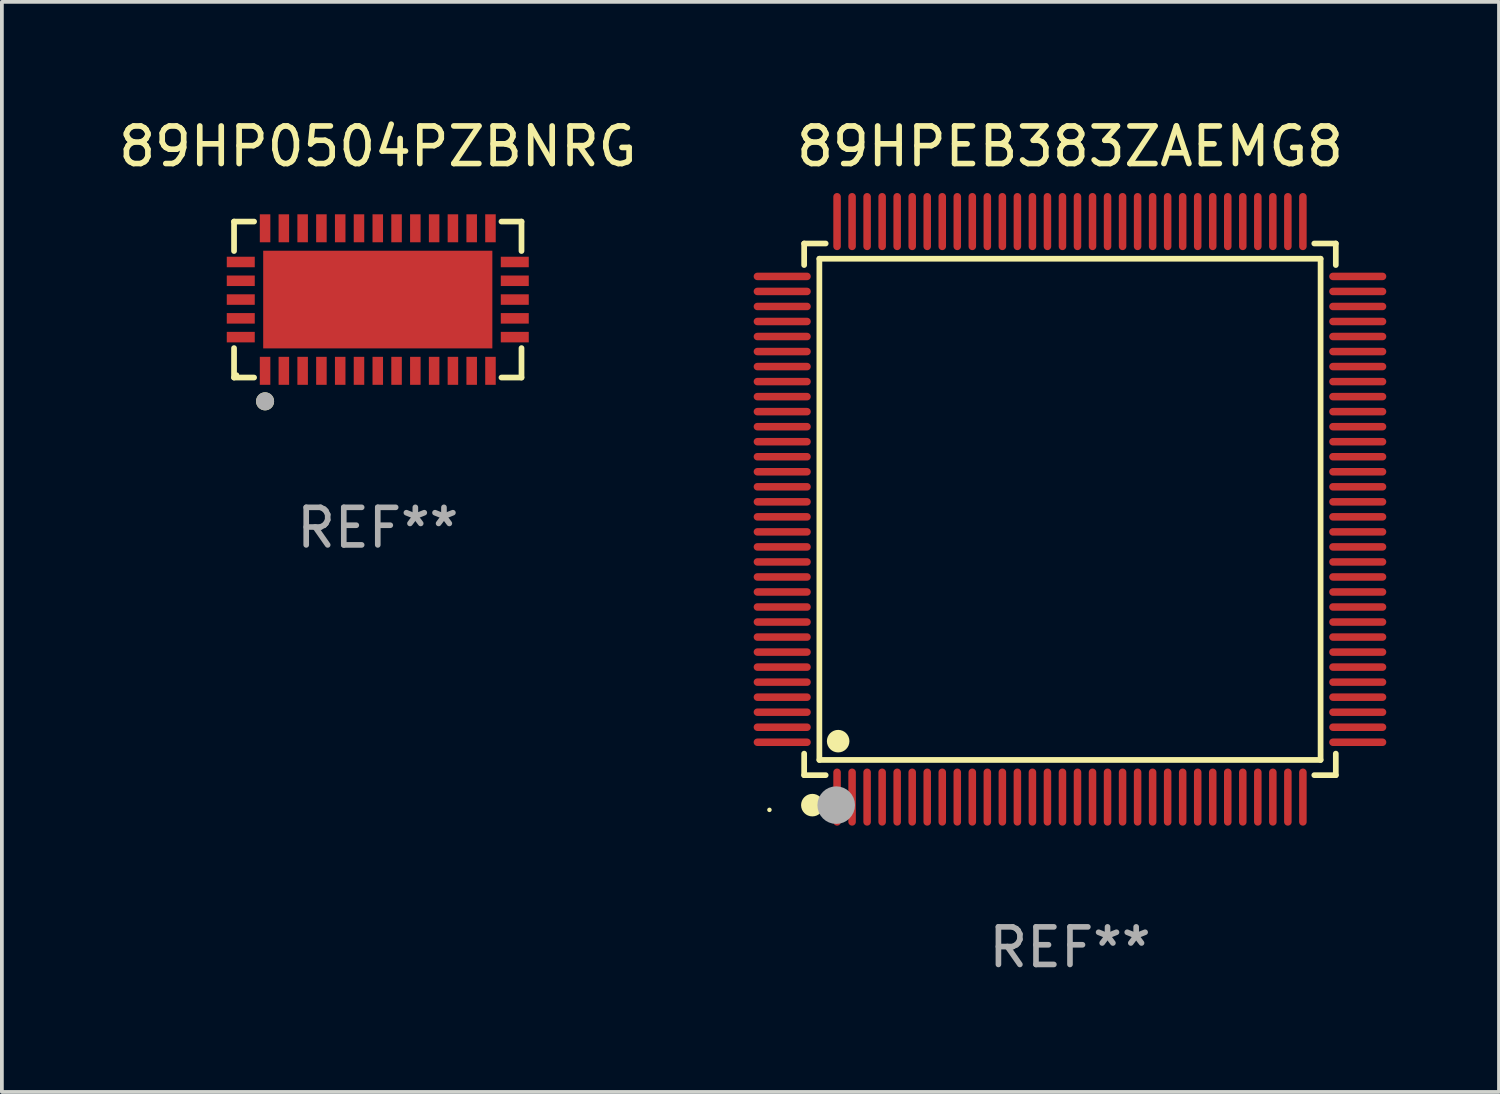
<source format=kicad_pcb>
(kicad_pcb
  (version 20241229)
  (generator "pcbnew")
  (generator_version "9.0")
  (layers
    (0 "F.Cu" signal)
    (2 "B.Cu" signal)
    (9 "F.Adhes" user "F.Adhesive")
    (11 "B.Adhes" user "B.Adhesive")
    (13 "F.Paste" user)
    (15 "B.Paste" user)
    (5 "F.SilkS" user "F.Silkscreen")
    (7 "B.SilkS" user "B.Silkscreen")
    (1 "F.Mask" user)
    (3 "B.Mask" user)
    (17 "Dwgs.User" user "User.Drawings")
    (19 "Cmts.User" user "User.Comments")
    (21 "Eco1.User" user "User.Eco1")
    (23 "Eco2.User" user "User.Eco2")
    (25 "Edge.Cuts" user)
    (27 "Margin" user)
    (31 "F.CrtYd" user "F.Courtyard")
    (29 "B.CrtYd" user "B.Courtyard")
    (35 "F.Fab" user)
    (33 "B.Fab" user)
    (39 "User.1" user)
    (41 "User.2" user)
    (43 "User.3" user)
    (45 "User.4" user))
  (footprint "89HPEB383ZAEMG8"
    (layer "F.Cu")
    (at 25.432 10.508)
    (property "Reference" "89HPEB383ZAEMG8" (at 0 -9.66 0) (layer "F.SilkS") (effects (font (size 1 1) (thickness 0.15))))
    (attr through_hole)
    (fp_line (start -7.076 -7.076) (end -6.503 -7.076) (stroke (width 0.152) (type solid)) (layer "F.SilkS"))
    (fp_line (start -7.076 -6.503) (end -7.076 -7.076) (stroke (width 0.152) (type solid)) (layer "F.SilkS"))
    (fp_line (start -7.076 6.503) (end -7.076 7.076) (stroke (width 0.152) (type solid)) (layer "F.SilkS"))
    (fp_line (start -7.076 7.076) (end -6.503 7.076) (stroke (width 0.152) (type solid)) (layer "F.SilkS"))
    (fp_line (start -6.671 -6.671) (end 6.671 -6.671) (stroke (width 0.152) (type solid)) (layer "F.SilkS"))
    (fp_line (start -6.671 6.671) (end -6.671 -6.671) (stroke (width 0.152) (type solid)) (layer "F.SilkS"))
    (fp_line (start 6.671 -6.671) (end 6.671 6.671) (stroke (width 0.152) (type solid)) (layer "F.SilkS"))
    (fp_line (start 6.671 6.671) (end -6.671 6.671) (stroke (width 0.152) (type solid)) (layer "F.SilkS"))
    (fp_line (start 7.076 -7.076) (end 6.503 -7.076) (stroke (width 0.152) (type solid)) (layer "F.SilkS"))
    (fp_line (start 7.076 -6.503) (end 7.076 -7.076) (stroke (width 0.152) (type solid)) (layer "F.SilkS"))
    (fp_line (start 7.076 6.503) (end 7.076 7.076) (stroke (width 0.152) (type solid)) (layer "F.SilkS"))
    (fp_line (start 7.076 7.076) (end 6.503 7.076) (stroke (width 0.152) (type solid)) (layer "F.SilkS"))
    (fp_circle (center -8 8) (end -7.97 8) (stroke (width 0.06) (type solid)) (fill no) (layer "F.SilkS"))
    (fp_circle (center -6.858 7.874) (end -6.708 7.874) (stroke (width 0.3) (type solid)) (fill no) (layer "F.SilkS"))
    (fp_circle (center -6.171 6.171) (end -6.021 6.171) (stroke (width 0.3) (type solid)) (fill no) (layer "F.SilkS"))
    (fp_circle (center -6.223 7.874) (end -5.973 7.874) (stroke (width 0.5) (type solid)) (fill no) (layer "F.Fab"))
    (fp_text user "REF**" (at 0 11.66 0) (layer "F.Fab") (effects (font (size 1 1) (thickness 0.15))))
    (pad "1" smd oval (at -6.2 7.66) (size 0.2 1.52) (layers "F.Cu" "F.Mask" "F.Paste"))
    (pad "2" smd oval (at -5.8 7.66) (size 0.2 1.52) (layers "F.Cu" "F.Mask" "F.Paste"))
    (pad "3" smd oval (at -5.4 7.66) (size 0.2 1.52) (layers "F.Cu" "F.Mask" "F.Paste"))
    (pad "4" smd oval (at -5 7.66) (size 0.2 1.52) (layers "F.Cu" "F.Mask" "F.Paste"))
    (pad "5" smd oval (at -4.6 7.66) (size 0.2 1.52) (layers "F.Cu" "F.Mask" "F.Paste"))
    (pad "6" smd oval (at -4.2 7.66) (size 0.2 1.52) (layers "F.Cu" "F.Mask" "F.Paste"))
    (pad "7" smd oval (at -3.8 7.66) (size 0.2 1.52) (layers "F.Cu" "F.Mask" "F.Paste"))
    (pad "8" smd oval (at -3.4 7.66) (size 0.2 1.52) (layers "F.Cu" "F.Mask" "F.Paste"))
    (pad "9" smd oval (at -3 7.66) (size 0.2 1.52) (layers "F.Cu" "F.Mask" "F.Paste"))
    (pad "10" smd oval (at -2.6 7.66) (size 0.2 1.52) (layers "F.Cu" "F.Mask" "F.Paste"))
    (pad "11" smd oval (at -2.2 7.66) (size 0.2 1.52) (layers "F.Cu" "F.Mask" "F.Paste"))
    (pad "12" smd oval (at -1.8 7.66) (size 0.2 1.52) (layers "F.Cu" "F.Mask" "F.Paste"))
    (pad "13" smd oval (at -1.4 7.66) (size 0.2 1.52) (layers "F.Cu" "F.Mask" "F.Paste"))
    (pad "14" smd oval (at -1 7.66) (size 0.2 1.52) (layers "F.Cu" "F.Mask" "F.Paste"))
    (pad "15" smd oval (at -0.6 7.66) (size 0.2 1.52) (layers "F.Cu" "F.Mask" "F.Paste"))
    (pad "16" smd oval (at -0.2 7.66) (size 0.2 1.52) (layers "F.Cu" "F.Mask" "F.Paste"))
    (pad "17" smd oval (at 0.2 7.66) (size 0.2 1.52) (layers "F.Cu" "F.Mask" "F.Paste"))
    (pad "18" smd oval (at 0.6 7.66) (size 0.2 1.52) (layers "F.Cu" "F.Mask" "F.Paste"))
    (pad "19" smd oval (at 1 7.66) (size 0.2 1.52) (layers "F.Cu" "F.Mask" "F.Paste"))
    (pad "20" smd oval (at 1.4 7.66) (size 0.2 1.52) (layers "F.Cu" "F.Mask" "F.Paste"))
    (pad "21" smd oval (at 1.8 7.66) (size 0.2 1.52) (layers "F.Cu" "F.Mask" "F.Paste"))
    (pad "22" smd oval (at 2.2 7.66) (size 0.2 1.52) (layers "F.Cu" "F.Mask" "F.Paste"))
    (pad "23" smd oval (at 2.6 7.66) (size 0.2 1.52) (layers "F.Cu" "F.Mask" "F.Paste"))
    (pad "24" smd oval (at 3 7.66) (size 0.2 1.52) (layers "F.Cu" "F.Mask" "F.Paste"))
    (pad "25" smd oval (at 3.4 7.66) (size 0.2 1.52) (layers "F.Cu" "F.Mask" "F.Paste"))
    (pad "26" smd oval (at 3.8 7.66) (size 0.2 1.52) (layers "F.Cu" "F.Mask" "F.Paste"))
    (pad "27" smd oval (at 4.2 7.66) (size 0.2 1.52) (layers "F.Cu" "F.Mask" "F.Paste"))
    (pad "28" smd oval (at 4.6 7.66) (size 0.2 1.52) (layers "F.Cu" "F.Mask" "F.Paste"))
    (pad "29" smd oval (at 5 7.66) (size 0.2 1.52) (layers "F.Cu" "F.Mask" "F.Paste"))
    (pad "30" smd oval (at 5.4 7.66) (size 0.2 1.52) (layers "F.Cu" "F.Mask" "F.Paste"))
    (pad "31" smd oval (at 5.8 7.66) (size 0.2 1.52) (layers "F.Cu" "F.Mask" "F.Paste"))
    (pad "32" smd oval (at 6.2 7.66) (size 0.2 1.52) (layers "F.Cu" "F.Mask" "F.Paste"))
    (pad "33" smd oval (at 7.66 6.2) (size 1.52 0.2) (layers "F.Cu" "F.Mask" "F.Paste"))
    (pad "34" smd oval (at 7.66 5.8) (size 1.52 0.2) (layers "F.Cu" "F.Mask" "F.Paste"))
    (pad "35" smd oval (at 7.66 5.4) (size 1.52 0.2) (layers "F.Cu" "F.Mask" "F.Paste"))
    (pad "36" smd oval (at 7.66 5) (size 1.52 0.2) (layers "F.Cu" "F.Mask" "F.Paste"))
    (pad "37" smd oval (at 7.66 4.6) (size 1.52 0.2) (layers "F.Cu" "F.Mask" "F.Paste"))
    (pad "38" smd oval (at 7.66 4.2) (size 1.52 0.2) (layers "F.Cu" "F.Mask" "F.Paste"))
    (pad "39" smd oval (at 7.66 3.8) (size 1.52 0.2) (layers "F.Cu" "F.Mask" "F.Paste"))
    (pad "40" smd oval (at 7.66 3.4) (size 1.52 0.2) (layers "F.Cu" "F.Mask" "F.Paste"))
    (pad "41" smd oval (at 7.66 3) (size 1.52 0.2) (layers "F.Cu" "F.Mask" "F.Paste"))
    (pad "42" smd oval (at 7.66 2.6) (size 1.52 0.2) (layers "F.Cu" "F.Mask" "F.Paste"))
    (pad "43" smd oval (at 7.66 2.2) (size 1.52 0.2) (layers "F.Cu" "F.Mask" "F.Paste"))
    (pad "44" smd oval (at 7.66 1.8) (size 1.52 0.2) (layers "F.Cu" "F.Mask" "F.Paste"))
    (pad "45" smd oval (at 7.66 1.4) (size 1.52 0.2) (layers "F.Cu" "F.Mask" "F.Paste"))
    (pad "46" smd oval (at 7.66 1) (size 1.52 0.2) (layers "F.Cu" "F.Mask" "F.Paste"))
    (pad "47" smd oval (at 7.66 0.6) (size 1.52 0.2) (layers "F.Cu" "F.Mask" "F.Paste"))
    (pad "48" smd oval (at 7.66 0.2) (size 1.52 0.2) (layers "F.Cu" "F.Mask" "F.Paste"))
    (pad "49" smd oval (at 7.66 -0.2) (size 1.52 0.2) (layers "F.Cu" "F.Mask" "F.Paste"))
    (pad "50" smd oval (at 7.66 -0.6) (size 1.52 0.2) (layers "F.Cu" "F.Mask" "F.Paste"))
    (pad "51" smd oval (at 7.66 -1) (size 1.52 0.2) (layers "F.Cu" "F.Mask" "F.Paste"))
    (pad "52" smd oval (at 7.66 -1.4) (size 1.52 0.2) (layers "F.Cu" "F.Mask" "F.Paste"))
    (pad "53" smd oval (at 7.66 -1.8) (size 1.52 0.2) (layers "F.Cu" "F.Mask" "F.Paste"))
    (pad "54" smd oval (at 7.66 -2.2) (size 1.52 0.2) (layers "F.Cu" "F.Mask" "F.Paste"))
    (pad "55" smd oval (at 7.66 -2.6) (size 1.52 0.2) (layers "F.Cu" "F.Mask" "F.Paste"))
    (pad "56" smd oval (at 7.66 -3) (size 1.52 0.2) (layers "F.Cu" "F.Mask" "F.Paste"))
    (pad "57" smd oval (at 7.66 -3.4) (size 1.52 0.2) (layers "F.Cu" "F.Mask" "F.Paste"))
    (pad "58" smd oval (at 7.66 -3.8) (size 1.52 0.2) (layers "F.Cu" "F.Mask" "F.Paste"))
    (pad "59" smd oval (at 7.66 -4.2) (size 1.52 0.2) (layers "F.Cu" "F.Mask" "F.Paste"))
    (pad "60" smd oval (at 7.66 -4.6) (size 1.52 0.2) (layers "F.Cu" "F.Mask" "F.Paste"))
    (pad "61" smd oval (at 7.66 -5) (size 1.52 0.2) (layers "F.Cu" "F.Mask" "F.Paste"))
    (pad "62" smd oval (at 7.66 -5.4) (size 1.52 0.2) (layers "F.Cu" "F.Mask" "F.Paste"))
    (pad "63" smd oval (at 7.66 -5.8) (size 1.52 0.2) (layers "F.Cu" "F.Mask" "F.Paste"))
    (pad "64" smd oval (at 7.66 -6.2) (size 1.52 0.2) (layers "F.Cu" "F.Mask" "F.Paste"))
    (pad "65" smd oval (at 6.2 -7.66) (size 0.2 1.52) (layers "F.Cu" "F.Mask" "F.Paste"))
    (pad "66" smd oval (at 5.8 -7.66) (size 0.2 1.52) (layers "F.Cu" "F.Mask" "F.Paste"))
    (pad "67" smd oval (at 5.4 -7.66) (size 0.2 1.52) (layers "F.Cu" "F.Mask" "F.Paste"))
    (pad "68" smd oval (at 5 -7.66) (size 0.2 1.52) (layers "F.Cu" "F.Mask" "F.Paste"))
    (pad "69" smd oval (at 4.6 -7.66) (size 0.2 1.52) (layers "F.Cu" "F.Mask" "F.Paste"))
    (pad "70" smd oval (at 4.2 -7.66) (size 0.2 1.52) (layers "F.Cu" "F.Mask" "F.Paste"))
    (pad "71" smd oval (at 3.8 -7.66) (size 0.2 1.52) (layers "F.Cu" "F.Mask" "F.Paste"))
    (pad "72" smd oval (at 3.4 -7.66) (size 0.2 1.52) (layers "F.Cu" "F.Mask" "F.Paste"))
    (pad "73" smd oval (at 3 -7.66) (size 0.2 1.52) (layers "F.Cu" "F.Mask" "F.Paste"))
    (pad "74" smd oval (at 2.6 -7.66) (size 0.2 1.52) (layers "F.Cu" "F.Mask" "F.Paste"))
    (pad "75" smd oval (at 2.2 -7.66) (size 0.2 1.52) (layers "F.Cu" "F.Mask" "F.Paste"))
    (pad "76" smd oval (at 1.8 -7.66) (size 0.2 1.52) (layers "F.Cu" "F.Mask" "F.Paste"))
    (pad "77" smd oval (at 1.4 -7.66) (size 0.2 1.52) (layers "F.Cu" "F.Mask" "F.Paste"))
    (pad "78" smd oval (at 1 -7.66) (size 0.2 1.52) (layers "F.Cu" "F.Mask" "F.Paste"))
    (pad "79" smd oval (at 0.6 -7.66) (size 0.2 1.52) (layers "F.Cu" "F.Mask" "F.Paste"))
    (pad "80" smd oval (at 0.2 -7.66) (size 0.2 1.52) (layers "F.Cu" "F.Mask" "F.Paste"))
    (pad "81" smd oval (at -0.2 -7.66) (size 0.2 1.52) (layers "F.Cu" "F.Mask" "F.Paste"))
    (pad "82" smd oval (at -0.6 -7.66) (size 0.2 1.52) (layers "F.Cu" "F.Mask" "F.Paste"))
    (pad "83" smd oval (at -1 -7.66) (size 0.2 1.52) (layers "F.Cu" "F.Mask" "F.Paste"))
    (pad "84" smd oval (at -1.4 -7.66) (size 0.2 1.52) (layers "F.Cu" "F.Mask" "F.Paste"))
    (pad "85" smd oval (at -1.8 -7.66) (size 0.2 1.52) (layers "F.Cu" "F.Mask" "F.Paste"))
    (pad "86" smd oval (at -2.2 -7.66) (size 0.2 1.52) (layers "F.Cu" "F.Mask" "F.Paste"))
    (pad "87" smd oval (at -2.6 -7.66) (size 0.2 1.52) (layers "F.Cu" "F.Mask" "F.Paste"))
    (pad "88" smd oval (at -3 -7.66) (size 0.2 1.52) (layers "F.Cu" "F.Mask" "F.Paste"))
    (pad "89" smd oval (at -3.4 -7.66) (size 0.2 1.52) (layers "F.Cu" "F.Mask" "F.Paste"))
    (pad "90" smd oval (at -3.8 -7.66) (size 0.2 1.52) (layers "F.Cu" "F.Mask" "F.Paste"))
    (pad "91" smd oval (at -4.2 -7.66) (size 0.2 1.52) (layers "F.Cu" "F.Mask" "F.Paste"))
    (pad "92" smd oval (at -4.6 -7.66) (size 0.2 1.52) (layers "F.Cu" "F.Mask" "F.Paste"))
    (pad "93" smd oval (at -5 -7.66) (size 0.2 1.52) (layers "F.Cu" "F.Mask" "F.Paste"))
    (pad "94" smd oval (at -5.4 -7.66) (size 0.2 1.52) (layers "F.Cu" "F.Mask" "F.Paste"))
    (pad "95" smd oval (at -5.8 -7.66) (size 0.2 1.52) (layers "F.Cu" "F.Mask" "F.Paste"))
    (pad "96" smd oval (at -6.2 -7.66) (size 0.2 1.52) (layers "F.Cu" "F.Mask" "F.Paste"))
    (pad "97" smd oval (at -7.66 -6.2) (size 1.52 0.2) (layers "F.Cu" "F.Mask" "F.Paste"))
    (pad "98" smd oval (at -7.66 -5.8) (size 1.52 0.2) (layers "F.Cu" "F.Mask" "F.Paste"))
    (pad "99" smd oval (at -7.66 -5.4) (size 1.52 0.2) (layers "F.Cu" "F.Mask" "F.Paste"))
    (pad "100" smd oval (at -7.66 -5) (size 1.52 0.2) (layers "F.Cu" "F.Mask" "F.Paste"))
    (pad "101" smd oval (at -7.66 -4.6) (size 1.52 0.2) (layers "F.Cu" "F.Mask" "F.Paste"))
    (pad "102" smd oval (at -7.66 -4.2) (size 1.52 0.2) (layers "F.Cu" "F.Mask" "F.Paste"))
    (pad "103" smd oval (at -7.66 -3.8) (size 1.52 0.2) (layers "F.Cu" "F.Mask" "F.Paste"))
    (pad "104" smd oval (at -7.66 -3.4) (size 1.52 0.2) (layers "F.Cu" "F.Mask" "F.Paste"))
    (pad "105" smd oval (at -7.66 -3) (size 1.52 0.2) (layers "F.Cu" "F.Mask" "F.Paste"))
    (pad "106" smd oval (at -7.66 -2.6) (size 1.52 0.2) (layers "F.Cu" "F.Mask" "F.Paste"))
    (pad "107" smd oval (at -7.66 -2.2) (size 1.52 0.2) (layers "F.Cu" "F.Mask" "F.Paste"))
    (pad "108" smd oval (at -7.66 -1.8) (size 1.52 0.2) (layers "F.Cu" "F.Mask" "F.Paste"))
    (pad "109" smd oval (at -7.66 -1.4) (size 1.52 0.2) (layers "F.Cu" "F.Mask" "F.Paste"))
    (pad "110" smd oval (at -7.66 -1) (size 1.52 0.2) (layers "F.Cu" "F.Mask" "F.Paste"))
    (pad "111" smd oval (at -7.66 -0.6) (size 1.52 0.2) (layers "F.Cu" "F.Mask" "F.Paste"))
    (pad "112" smd oval (at -7.66 -0.2) (size 1.52 0.2) (layers "F.Cu" "F.Mask" "F.Paste"))
    (pad "113" smd oval (at -7.66 0.2) (size 1.52 0.2) (layers "F.Cu" "F.Mask" "F.Paste"))
    (pad "114" smd oval (at -7.66 0.6) (size 1.52 0.2) (layers "F.Cu" "F.Mask" "F.Paste"))
    (pad "115" smd oval (at -7.66 1) (size 1.52 0.2) (layers "F.Cu" "F.Mask" "F.Paste"))
    (pad "116" smd oval (at -7.66 1.4) (size 1.52 0.2) (layers "F.Cu" "F.Mask" "F.Paste"))
    (pad "117" smd oval (at -7.66 1.8) (size 1.52 0.2) (layers "F.Cu" "F.Mask" "F.Paste"))
    (pad "118" smd oval (at -7.66 2.2) (size 1.52 0.2) (layers "F.Cu" "F.Mask" "F.Paste"))
    (pad "119" smd oval (at -7.66 2.6) (size 1.52 0.2) (layers "F.Cu" "F.Mask" "F.Paste"))
    (pad "120" smd oval (at -7.66 3) (size 1.52 0.2) (layers "F.Cu" "F.Mask" "F.Paste"))
    (pad "121" smd oval (at -7.66 3.4) (size 1.52 0.2) (layers "F.Cu" "F.Mask" "F.Paste"))
    (pad "122" smd oval (at -7.66 3.8) (size 1.52 0.2) (layers "F.Cu" "F.Mask" "F.Paste"))
    (pad "123" smd oval (at -7.66 4.2) (size 1.52 0.2) (layers "F.Cu" "F.Mask" "F.Paste"))
    (pad "124" smd oval (at -7.66 4.6) (size 1.52 0.2) (layers "F.Cu" "F.Mask" "F.Paste"))
    (pad "125" smd oval (at -7.66 5) (size 1.52 0.2) (layers "F.Cu" "F.Mask" "F.Paste"))
    (pad "126" smd oval (at -7.66 5.4) (size 1.52 0.2) (layers "F.Cu" "F.Mask" "F.Paste"))
    (pad "127" smd oval (at -7.66 5.8) (size 1.52 0.2) (layers "F.Cu" "F.Mask" "F.Paste"))
    (pad "128" smd oval (at -7.66 6.2) (size 1.52 0.2) (layers "F.Cu" "F.Mask" "F.Paste")))
  (footprint "89HP0504PZBNRG"
    (layer "F.Cu")
    (at 7.006 4.924)
    (property "Reference" "89HP0504PZBNRG" (at 0 -4.076 0) (layer "F.SilkS") (effects (font (size 1 1) (thickness 0.15))))
    (attr through_hole)
    (fp_line (start -3.826 -2.076) (end -3.826 -1.292) (stroke (width 0.152) (type solid)) (layer "F.SilkS"))
    (fp_line (start -3.826 2.076) (end -3.826 1.292) (stroke (width 0.152) (type solid)) (layer "F.SilkS"))
    (fp_line (start -3.292 -2.076) (end -3.826 -2.076) (stroke (width 0.152) (type solid)) (layer "F.SilkS"))
    (fp_line (start -3.292 2.076) (end -3.826 2.076) (stroke (width 0.152) (type solid)) (layer "F.SilkS"))
    (fp_line (start 3.292 -2.076) (end 3.826 -2.076) (stroke (width 0.152) (type solid)) (layer "F.SilkS"))
    (fp_line (start 3.292 2.076) (end 3.826 2.076) (stroke (width 0.152) (type solid)) (layer "F.SilkS"))
    (fp_line (start 3.826 -2.076) (end 3.826 -1.292) (stroke (width 0.152) (type solid)) (layer "F.SilkS"))
    (fp_line (start 3.826 2.076) (end 3.826 1.292) (stroke (width 0.152) (type solid)) (layer "F.SilkS"))
    (fp_circle (center -3.75 2) (end -3.72 2) (stroke (width 0.06) (type solid)) (fill no) (layer "F.SilkS"))
    (fp_circle (center -3 2.709) (end -2.88 2.709) (stroke (width 0.24) (type solid)) (fill no) (layer "F.SilkS"))
    (fp_circle (center -3 2.709) (end -2.88 2.709) (stroke (width 0.24) (type solid)) (fill no) (layer "F.Fab"))
    (fp_text user "REF**" (at 0 6.076 0) (layer "F.Fab") (effects (font (size 1 1) (thickness 0.15))))
    (pad "1" smd rect (at -3 1.897) (size 0.28 0.745) (layers "F.Cu" "F.Mask" "F.Paste"))
    (pad "2" smd rect (at -2.5 1.897) (size 0.28 0.745) (layers "F.Cu" "F.Mask" "F.Paste"))
    (pad "3" smd rect (at -2 1.897) (size 0.28 0.745) (layers "F.Cu" "F.Mask" "F.Paste"))
    (pad "4" smd rect (at -1.5 1.897) (size 0.28 0.745) (layers "F.Cu" "F.Mask" "F.Paste"))
    (pad "5" smd rect (at -1 1.897) (size 0.28 0.745) (layers "F.Cu" "F.Mask" "F.Paste"))
    (pad "6" smd rect (at -0.5 1.897) (size 0.28 0.745) (layers "F.Cu" "F.Mask" "F.Paste"))
    (pad "7" smd rect (at 0 1.897) (size 0.28 0.745) (layers "F.Cu" "F.Mask" "F.Paste"))
    (pad "8" smd rect (at 0.5 1.897) (size 0.28 0.745) (layers "F.Cu" "F.Mask" "F.Paste"))
    (pad "9" smd rect (at 1 1.897) (size 0.28 0.745) (layers "F.Cu" "F.Mask" "F.Paste"))
    (pad "10" smd rect (at 1.5 1.897) (size 0.28 0.745) (layers "F.Cu" "F.Mask" "F.Paste"))
    (pad "11" smd rect (at 2 1.897) (size 0.28 0.745) (layers "F.Cu" "F.Mask" "F.Paste"))
    (pad "12" smd rect (at 2.5 1.897) (size 0.28 0.745) (layers "F.Cu" "F.Mask" "F.Paste"))
    (pad "13" smd rect (at 3 1.897) (size 0.28 0.745) (layers "F.Cu" "F.Mask" "F.Paste"))
    (pad "14" smd rect (at 3.647 1) (size 0.745 0.28) (layers "F.Cu" "F.Mask" "F.Paste"))
    (pad "15" smd rect (at 3.647 0.5) (size 0.745 0.28) (layers "F.Cu" "F.Mask" "F.Paste"))
    (pad "16" smd rect (at 3.647 0) (size 0.745 0.28) (layers "F.Cu" "F.Mask" "F.Paste"))
    (pad "17" smd rect (at 3.647 -0.5) (size 0.745 0.28) (layers "F.Cu" "F.Mask" "F.Paste"))
    (pad "18" smd rect (at 3.647 -1) (size 0.745 0.28) (layers "F.Cu" "F.Mask" "F.Paste"))
    (pad "19" smd rect (at 3 -1.897) (size 0.28 0.745) (layers "F.Cu" "F.Mask" "F.Paste"))
    (pad "20" smd rect (at 2.5 -1.897) (size 0.28 0.745) (layers "F.Cu" "F.Mask" "F.Paste"))
    (pad "21" smd rect (at 2 -1.897) (size 0.28 0.745) (layers "F.Cu" "F.Mask" "F.Paste"))
    (pad "22" smd rect (at 1.5 -1.897) (size 0.28 0.745) (layers "F.Cu" "F.Mask" "F.Paste"))
    (pad "23" smd rect (at 1 -1.897) (size 0.28 0.745) (layers "F.Cu" "F.Mask" "F.Paste"))
    (pad "24" smd rect (at 0.5 -1.897) (size 0.28 0.745) (layers "F.Cu" "F.Mask" "F.Paste"))
    (pad "25" smd rect (at 0 -1.897) (size 0.28 0.745) (layers "F.Cu" "F.Mask" "F.Paste"))
    (pad "26" smd rect (at -0.5 -1.897) (size 0.28 0.745) (layers "F.Cu" "F.Mask" "F.Paste"))
    (pad "27" smd rect (at -1 -1.897) (size 0.28 0.745) (layers "F.Cu" "F.Mask" "F.Paste"))
    (pad "28" smd rect (at -1.5 -1.897) (size 0.28 0.745) (layers "F.Cu" "F.Mask" "F.Paste"))
    (pad "29" smd rect (at -2 -1.897) (size 0.28 0.745) (layers "F.Cu" "F.Mask" "F.Paste"))
    (pad "30" smd rect (at -2.5 -1.897) (size 0.28 0.745) (layers "F.Cu" "F.Mask" "F.Paste"))
    (pad "31" smd rect (at -3 -1.897) (size 0.28 0.745) (layers "F.Cu" "F.Mask" "F.Paste"))
    (pad "32" smd rect (at -3.647 -1) (size 0.745 0.28) (layers "F.Cu" "F.Mask" "F.Paste"))
    (pad "33" smd rect (at -3.647 -0.5) (size 0.745 0.28) (layers "F.Cu" "F.Mask" "F.Paste"))
    (pad "34" smd rect (at -3.647 0) (size 0.745 0.28) (layers "F.Cu" "F.Mask" "F.Paste"))
    (pad "35" smd rect (at -3.647 0.5) (size 0.745 0.28) (layers "F.Cu" "F.Mask" "F.Paste"))
    (pad "36" smd rect (at -3.647 1) (size 0.745 0.28) (layers "F.Cu" "F.Mask" "F.Paste"))
    (pad "37" smd rect (at 0 0) (size 6.1 2.6) (layers "F.Cu" "F.Mask" "F.Paste")))
  (gr_rect
    (start -3 -3)
    (end 36.852 26.017)
    (stroke (width 0.1) (type default))
    (fill no)
    (layer "Edge.Cuts")))
</source>
